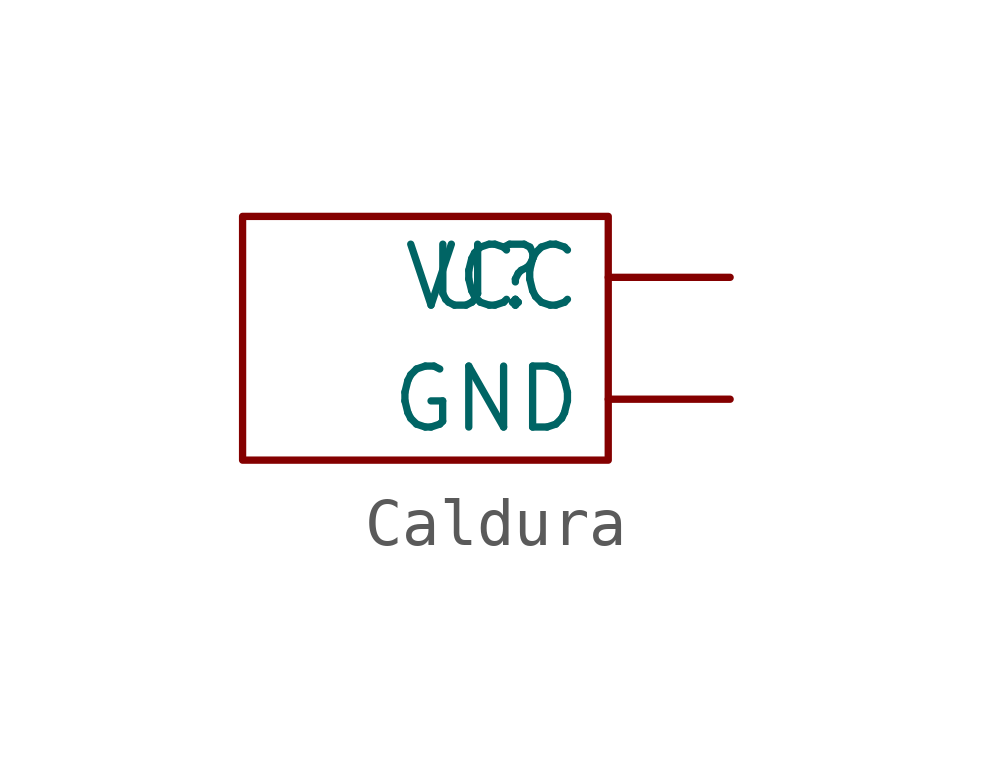
<source format=kicad_sym>
(kicad_symbol_lib
  (version 20231120)
  (generator "kicad_symbol_editor")
  (generator_version "8.0")
  (symbol "Caldura"
    (property "Reference" "U"
      (at 0 0 0)
      (effects (font (size 1.27 1.27))))
    (property "Value" ""
      (at 0 0 0)
      (effects (font (size 1.27 1.27))))
    (symbol "Caldura_0_1"
      (rectangle (start -5.08 1.27) (end 2.54 -3.81) (stroke (width 0) (type default)) (fill (type none))))
    (symbol "Caldura_1_1"
      (pin input line (at 5.08 -2.54 180) (length 2.54) (name "GND" (effects (font (size 1.27 1.27)))) (number "" (effects (font (size 1.27 1.27)))))
      (pin input line (at 5.08 0 180) (length 2.54) (name "VCC" (effects (font (size 1.27 1.27)))) (number "" (effects (font (size 1.27 1.27))))))))
</source>
